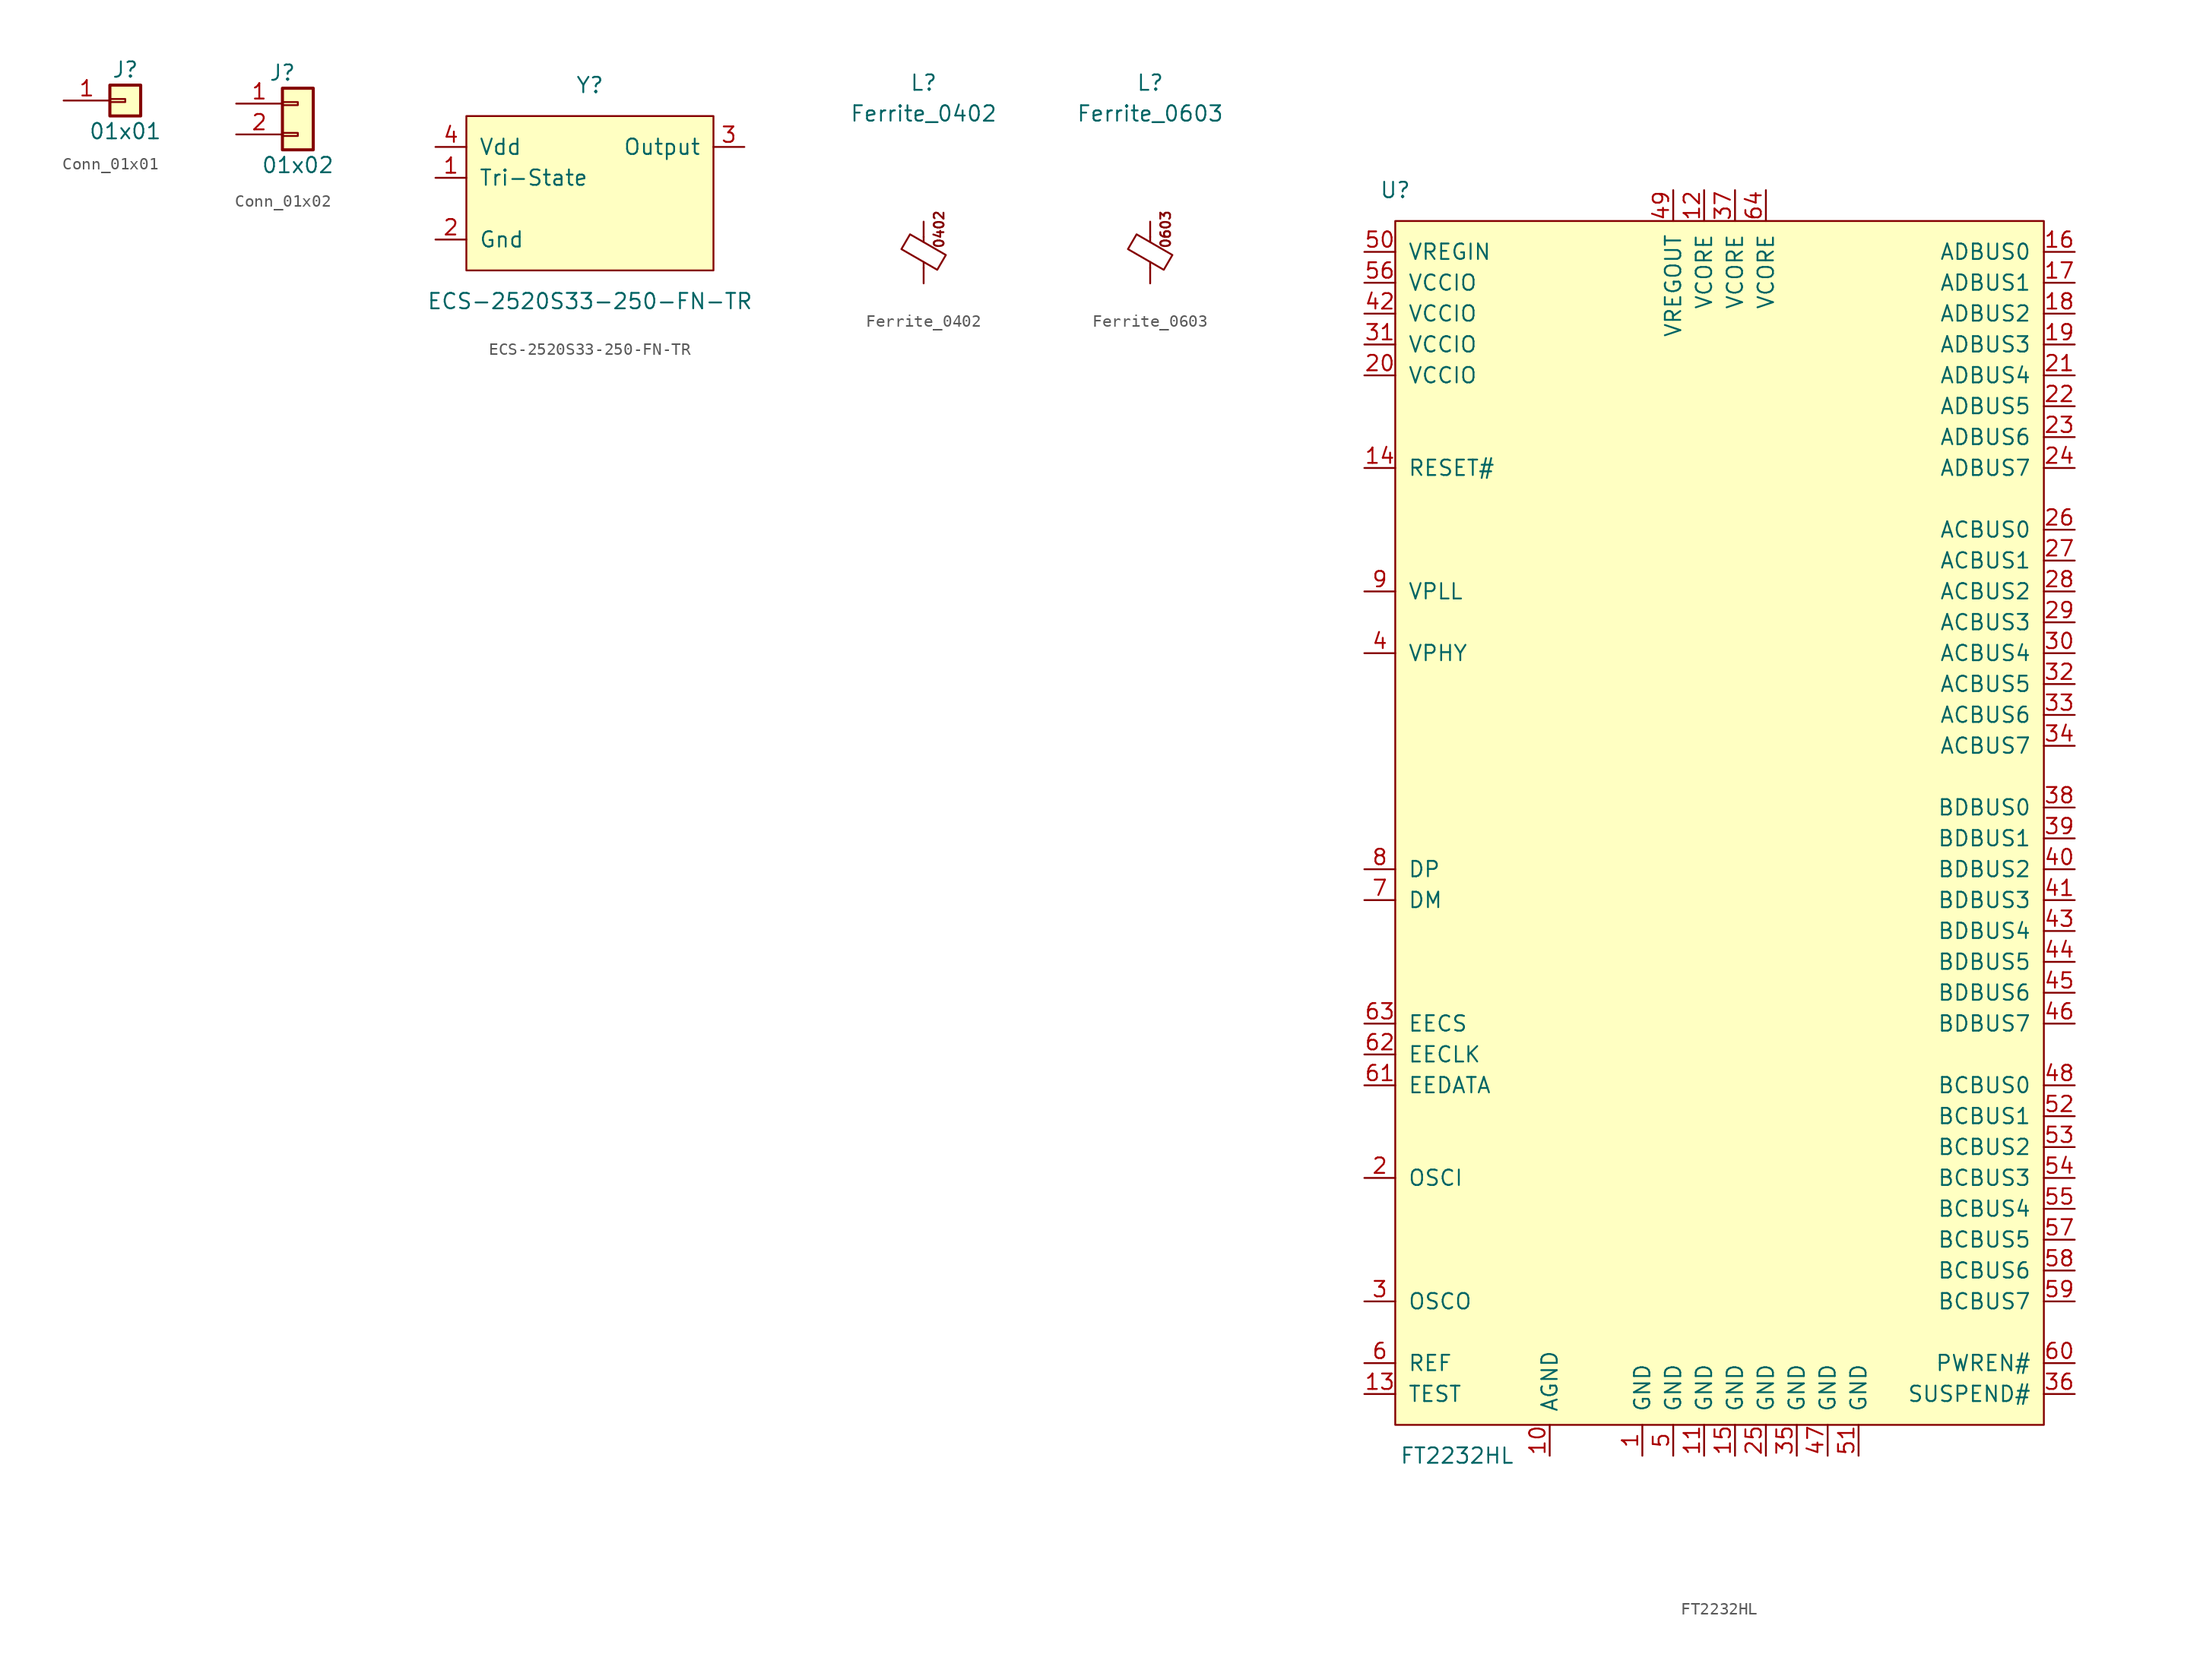
<source format=kicad_sym>
(kicad_symbol_lib
  (version 20220914)
  (generator kicad_symbol_editor)
  (symbol "Conn_01x01"
    (pin_names
      (offset 1.016) hide)
    (property "Reference" "J"
      (at 0 2.54 0)
      (effects (font (size 1.27 1.27))))
    (property "Value" "01x01"
      (at 0 -2.54 0)
      (effects (font (size 1.27 1.27))))
    (symbol "Conn_01x01_1_1"
      (rectangle (start -1.27 0.127) (end 0 -0.127) (stroke (width 0.152) (type default)) (fill (type none)))
      (rectangle (start -1.27 1.27) (end 1.27 -1.27) (stroke (width 0.254) (type default)) (fill (type background)))
      (pin passive line (at -5.08 0 0) (length 3.81) (name "Pin_1" (effects (font (size 1.27 1.27)))) (number "1" (effects (font (size 1.27 1.27)))))))
  (symbol "Conn_01x02"
    (pin_names
      (offset 1.016) hide)
    (property "Reference" "J"
      (at -1.27 2.54 0)
      (effects (font (size 1.27 1.27))))
    (property "Value" "01x02"
      (at 0 -5.08 0)
      (effects (font (size 1.27 1.27))))
    (symbol "Conn_01x02_1_1"
      (rectangle (start -1.27 -2.413) (end 0 -2.667) (stroke (width 0.152) (type default)) (fill (type none)))
      (rectangle (start -1.27 0.127) (end 0 -0.127) (stroke (width 0.152) (type default)) (fill (type none)))
      (rectangle (start -1.27 1.27) (end 1.27 -3.81) (stroke (width 0.254) (type default)) (fill (type background)))
      (pin passive line (at -5.08 0 0) (length 3.81) (name "Pin_1" (effects (font (size 1.27 1.27)))) (number "1" (effects (font (size 1.27 1.27)))))
      (pin passive line (at -5.08 -2.54 0) (length 3.81) (name "Pin_2" (effects (font (size 1.27 1.27)))) (number "2" (effects (font (size 1.27 1.27)))))))
  (symbol "ECS-2520S33-250-FN-TR"
    (pin_names
      (offset 1.016))
    (property "Reference" "Y"
      (at 0 7.62 0)
      (effects (font (size 1.27 1.27))))
    (property "Value" "ECS-2520S33-250-FN-TR"
      (at 0 -10.16 0)
      (effects (font (size 1.27 1.27))))
    (symbol "ECS-2520S33-250-FN-TR_0_1"
      (rectangle (start -10.16 5.08) (end 10.16 -7.62) (stroke (width 0) (type default)) (fill (type background))))
    (symbol "ECS-2520S33-250-FN-TR_1_1"
      (pin passive line (at -12.7 0 0) (length 2.54) (name "Tri-State" (effects (font (size 1.27 1.27)))) (number "1" (effects (font (size 1.27 1.27)))))
      (pin power_in line (at -12.7 -5.08 0) (length 2.54) (name "Gnd" (effects (font (size 1.27 1.27)))) (number "2" (effects (font (size 1.27 1.27)))))
      (pin output line (at 12.7 2.54 180) (length 2.54) (name "Output" (effects (font (size 1.27 1.27)))) (number "3" (effects (font (size 1.27 1.27)))))
      (pin power_in line (at -12.7 2.54 0) (length 2.54) (name "Vdd" (effects (font (size 1.27 1.27)))) (number "4" (effects (font (size 1.27 1.27)))))))
  (symbol "Ferrite_0402"
    (pin_numbers hide)
    (pin_names
      (offset 1.016) hide)
    (property "Reference" "L"
      (at 0 13.97 0)
      (effects (font (size 1.27 1.27))))
    (property "Value" "Ferrite_0402"
      (at 0 11.43 0)
      (effects (font (size 1.27 1.27))))
    (symbol "Ferrite_0402_1_1"
      (polyline (pts (xy 0 -1.27) (xy 0 -0.787)) (stroke (width 0) (type default)) (fill (type none)))
      (polyline (pts (xy 0 0.889) (xy 0 1.295)) (stroke (width 0) (type default)) (fill (type none)))
      (polyline (pts (xy -1.829 0.279) (xy -1.118 1.499) (xy 1.829 -0.203) (xy 1.118 -1.422) (xy -1.829 0.279)) (stroke (width 0) (type default)) (fill (type none)))
      (text "0402" (at 1.27 1.905 900) (effects (font (size 0.8 0.8))))
      (pin passive line (at 0 2.54 270) (length 1.27) (name "1" (effects (font (size 1.27 1.27)))) (number "1" (effects (font (size 1.27 1.27)))))
      (pin passive line (at 0 -2.54 90) (length 1.27) (name "2" (effects (font (size 1.27 1.27)))) (number "2" (effects (font (size 1.27 1.27)))))))
  (symbol "Ferrite_0603"
    (pin_numbers hide)
    (pin_names
      (offset 1.016) hide)
    (property "Reference" "L"
      (at 0 13.97 0)
      (effects (font (size 1.27 1.27))))
    (property "Value" "Ferrite_0603"
      (at 0 11.43 0)
      (effects (font (size 1.27 1.27))))
    (symbol "Ferrite_0603_1_1"
      (polyline (pts (xy 0 -1.27) (xy 0 -0.787)) (stroke (width 0) (type default)) (fill (type none)))
      (polyline (pts (xy 0 0.889) (xy 0 1.295)) (stroke (width 0) (type default)) (fill (type none)))
      (polyline (pts (xy -1.829 0.279) (xy -1.118 1.499) (xy 1.829 -0.203) (xy 1.118 -1.422) (xy -1.829 0.279)) (stroke (width 0) (type default)) (fill (type none)))
      (text "0603" (at 1.27 1.905 900) (effects (font (size 0.8 0.8))))
      (pin passive line (at 0 2.54 270) (length 1.27) (name "1" (effects (font (size 1.27 1.27)))) (number "1" (effects (font (size 1.27 1.27)))))
      (pin passive line (at 0 -2.54 90) (length 1.27) (name "2" (effects (font (size 1.27 1.27)))) (number "2" (effects (font (size 1.27 1.27)))))))
  (symbol "FT2232HL"
    (pin_names
      (offset 1.016))
    (property "Reference" "U"
      (at -12.7 66.04 0)
      (effects (font (size 1.27 1.27))))
    (property "Value" "FT2232HL"
      (at -7.62 -38.1 0)
      (effects (font (size 1.27 1.27))))
    (symbol "FT2232HL_0_1"
      (rectangle (start -12.7 63.5) (end 40.64 -35.56) (stroke (width 0) (type default)) (fill (type background))))
    (symbol "FT2232HL_1_1"
      (pin power_in line (at 7.62 -38.1 90) (length 2.54) (name "GND" (effects (font (size 1.27 1.27)))) (number "1" (effects (font (size 1.27 1.27)))))
      (pin power_in line (at 0 -38.1 90) (length 2.54) (name "AGND" (effects (font (size 1.27 1.27)))) (number "10" (effects (font (size 1.27 1.27)))))
      (pin power_in line (at 12.7 -38.1 90) (length 2.54) (name "GND" (effects (font (size 1.27 1.27)))) (number "11" (effects (font (size 1.27 1.27)))))
      (pin power_in line (at 12.7 66.04 270) (length 2.54) (name "VCORE" (effects (font (size 1.27 1.27)))) (number "12" (effects (font (size 1.27 1.27)))))
      (pin input line (at -15.24 -33.02 0) (length 2.54) (name "TEST" (effects (font (size 1.27 1.27)))) (number "13" (effects (font (size 1.27 1.27)))))
      (pin input line (at -15.24 43.18 0) (length 2.54) (name "RESET#" (effects (font (size 1.27 1.27)))) (number "14" (effects (font (size 1.27 1.27)))))
      (pin power_in line (at 15.24 -38.1 90) (length 2.54) (name "GND" (effects (font (size 1.27 1.27)))) (number "15" (effects (font (size 1.27 1.27)))))
      (pin passive line (at 43.18 60.96 180) (length 2.54) (name "ADBUS0" (effects (font (size 1.27 1.27)))) (number "16" (effects (font (size 1.27 1.27)))))
      (pin passive line (at 43.18 58.42 180) (length 2.54) (name "ADBUS1" (effects (font (size 1.27 1.27)))) (number "17" (effects (font (size 1.27 1.27)))))
      (pin passive line (at 43.18 55.88 180) (length 2.54) (name "ADBUS2" (effects (font (size 1.27 1.27)))) (number "18" (effects (font (size 1.27 1.27)))))
      (pin passive line (at 43.18 53.34 180) (length 2.54) (name "ADBUS3" (effects (font (size 1.27 1.27)))) (number "19" (effects (font (size 1.27 1.27)))))
      (pin input line (at -15.24 -15.24 0) (length 2.54) (name "OSCI" (effects (font (size 1.27 1.27)))) (number "2" (effects (font (size 1.27 1.27)))))
      (pin power_in line (at -15.24 50.8 0) (length 2.54) (name "VCCIO" (effects (font (size 1.27 1.27)))) (number "20" (effects (font (size 1.27 1.27)))))
      (pin passive line (at 43.18 50.8 180) (length 2.54) (name "ADBUS4" (effects (font (size 1.27 1.27)))) (number "21" (effects (font (size 1.27 1.27)))))
      (pin passive line (at 43.18 48.26 180) (length 2.54) (name "ADBUS5" (effects (font (size 1.27 1.27)))) (number "22" (effects (font (size 1.27 1.27)))))
      (pin passive line (at 43.18 45.72 180) (length 2.54) (name "ADBUS6" (effects (font (size 1.27 1.27)))) (number "23" (effects (font (size 1.27 1.27)))))
      (pin passive line (at 43.18 43.18 180) (length 2.54) (name "ADBUS7" (effects (font (size 1.27 1.27)))) (number "24" (effects (font (size 1.27 1.27)))))
      (pin power_in line (at 17.78 -38.1 90) (length 2.54) (name "GND" (effects (font (size 1.27 1.27)))) (number "25" (effects (font (size 1.27 1.27)))))
      (pin passive line (at 43.18 38.1 180) (length 2.54) (name "ACBUS0" (effects (font (size 1.27 1.27)))) (number "26" (effects (font (size 1.27 1.27)))))
      (pin passive line (at 43.18 35.56 180) (length 2.54) (name "ACBUS1" (effects (font (size 1.27 1.27)))) (number "27" (effects (font (size 1.27 1.27)))))
      (pin passive line (at 43.18 33.02 180) (length 2.54) (name "ACBUS2" (effects (font (size 1.27 1.27)))) (number "28" (effects (font (size 1.27 1.27)))))
      (pin passive line (at 43.18 30.48 180) (length 2.54) (name "ACBUS3" (effects (font (size 1.27 1.27)))) (number "29" (effects (font (size 1.27 1.27)))))
      (pin output line (at -15.24 -25.4 0) (length 2.54) (name "OSCO" (effects (font (size 1.27 1.27)))) (number "3" (effects (font (size 1.27 1.27)))))
      (pin passive line (at 43.18 27.94 180) (length 2.54) (name "ACBUS4" (effects (font (size 1.27 1.27)))) (number "30" (effects (font (size 1.27 1.27)))))
      (pin power_in line (at -15.24 53.34 0) (length 2.54) (name "VCCIO" (effects (font (size 1.27 1.27)))) (number "31" (effects (font (size 1.27 1.27)))))
      (pin passive line (at 43.18 25.4 180) (length 2.54) (name "ACBUS5" (effects (font (size 1.27 1.27)))) (number "32" (effects (font (size 1.27 1.27)))))
      (pin passive line (at 43.18 22.86 180) (length 2.54) (name "ACBUS6" (effects (font (size 1.27 1.27)))) (number "33" (effects (font (size 1.27 1.27)))))
      (pin passive line (at 43.18 20.32 180) (length 2.54) (name "ACBUS7" (effects (font (size 1.27 1.27)))) (number "34" (effects (font (size 1.27 1.27)))))
      (pin power_in line (at 20.32 -38.1 90) (length 2.54) (name "GND" (effects (font (size 1.27 1.27)))) (number "35" (effects (font (size 1.27 1.27)))))
      (pin output line (at 43.18 -33.02 180) (length 2.54) (name "SUSPEND#" (effects (font (size 1.27 1.27)))) (number "36" (effects (font (size 1.27 1.27)))))
      (pin power_in line (at 15.24 66.04 270) (length 2.54) (name "VCORE" (effects (font (size 1.27 1.27)))) (number "37" (effects (font (size 1.27 1.27)))))
      (pin passive line (at 43.18 15.24 180) (length 2.54) (name "BDBUS0" (effects (font (size 1.27 1.27)))) (number "38" (effects (font (size 1.27 1.27)))))
      (pin passive line (at 43.18 12.7 180) (length 2.54) (name "BDBUS1" (effects (font (size 1.27 1.27)))) (number "39" (effects (font (size 1.27 1.27)))))
      (pin passive line (at -15.24 27.94 0) (length 2.54) (name "VPHY" (effects (font (size 1.27 1.27)))) (number "4" (effects (font (size 1.27 1.27)))))
      (pin passive line (at 43.18 10.16 180) (length 2.54) (name "BDBUS2" (effects (font (size 1.27 1.27)))) (number "40" (effects (font (size 1.27 1.27)))))
      (pin passive line (at 43.18 7.62 180) (length 2.54) (name "BDBUS3" (effects (font (size 1.27 1.27)))) (number "41" (effects (font (size 1.27 1.27)))))
      (pin power_in line (at -15.24 55.88 0) (length 2.54) (name "VCCIO" (effects (font (size 1.27 1.27)))) (number "42" (effects (font (size 1.27 1.27)))))
      (pin passive line (at 43.18 5.08 180) (length 2.54) (name "BDBUS4" (effects (font (size 1.27 1.27)))) (number "43" (effects (font (size 1.27 1.27)))))
      (pin passive line (at 43.18 2.54 180) (length 2.54) (name "BDBUS5" (effects (font (size 1.27 1.27)))) (number "44" (effects (font (size 1.27 1.27)))))
      (pin passive line (at 43.18 0 180) (length 2.54) (name "BDBUS6" (effects (font (size 1.27 1.27)))) (number "45" (effects (font (size 1.27 1.27)))))
      (pin passive line (at 43.18 -2.54 180) (length 2.54) (name "BDBUS7" (effects (font (size 1.27 1.27)))) (number "46" (effects (font (size 1.27 1.27)))))
      (pin power_in line (at 22.86 -38.1 90) (length 2.54) (name "GND" (effects (font (size 1.27 1.27)))) (number "47" (effects (font (size 1.27 1.27)))))
      (pin passive line (at 43.18 -7.62 180) (length 2.54) (name "BCBUS0" (effects (font (size 1.27 1.27)))) (number "48" (effects (font (size 1.27 1.27)))))
      (pin power_out line (at 10.16 66.04 270) (length 2.54) (name "VREGOUT" (effects (font (size 1.27 1.27)))) (number "49" (effects (font (size 1.27 1.27)))))
      (pin power_in line (at 10.16 -38.1 90) (length 2.54) (name "GND" (effects (font (size 1.27 1.27)))) (number "5" (effects (font (size 1.27 1.27)))))
      (pin power_in line (at -15.24 60.96 0) (length 2.54) (name "VREGIN" (effects (font (size 1.27 1.27)))) (number "50" (effects (font (size 1.27 1.27)))))
      (pin power_in line (at 25.4 -38.1 90) (length 2.54) (name "GND" (effects (font (size 1.27 1.27)))) (number "51" (effects (font (size 1.27 1.27)))))
      (pin passive line (at 43.18 -10.16 180) (length 2.54) (name "BCBUS1" (effects (font (size 1.27 1.27)))) (number "52" (effects (font (size 1.27 1.27)))))
      (pin passive line (at 43.18 -12.7 180) (length 2.54) (name "BCBUS2" (effects (font (size 1.27 1.27)))) (number "53" (effects (font (size 1.27 1.27)))))
      (pin passive line (at 43.18 -15.24 180) (length 2.54) (name "BCBUS3" (effects (font (size 1.27 1.27)))) (number "54" (effects (font (size 1.27 1.27)))))
      (pin passive line (at 43.18 -17.78 180) (length 2.54) (name "BCBUS4" (effects (font (size 1.27 1.27)))) (number "55" (effects (font (size 1.27 1.27)))))
      (pin power_in line (at -15.24 58.42 0) (length 2.54) (name "VCCIO" (effects (font (size 1.27 1.27)))) (number "56" (effects (font (size 1.27 1.27)))))
      (pin passive line (at 43.18 -20.32 180) (length 2.54) (name "BCBUS5" (effects (font (size 1.27 1.27)))) (number "57" (effects (font (size 1.27 1.27)))))
      (pin passive line (at 43.18 -22.86 180) (length 2.54) (name "BCBUS6" (effects (font (size 1.27 1.27)))) (number "58" (effects (font (size 1.27 1.27)))))
      (pin passive line (at 43.18 -25.4 180) (length 2.54) (name "BCBUS7" (effects (font (size 1.27 1.27)))) (number "59" (effects (font (size 1.27 1.27)))))
      (pin input line (at -15.24 -30.48 0) (length 2.54) (name "REF" (effects (font (size 1.27 1.27)))) (number "6" (effects (font (size 1.27 1.27)))))
      (pin output line (at 43.18 -30.48 180) (length 2.54) (name "PWREN#" (effects (font (size 1.27 1.27)))) (number "60" (effects (font (size 1.27 1.27)))))
      (pin bidirectional line (at -15.24 -7.62 0) (length 2.54) (name "EEDATA" (effects (font (size 1.27 1.27)))) (number "61" (effects (font (size 1.27 1.27)))))
      (pin output line (at -15.24 -5.08 0) (length 2.54) (name "EECLK" (effects (font (size 1.27 1.27)))) (number "62" (effects (font (size 1.27 1.27)))))
      (pin bidirectional line (at -15.24 -2.54 0) (length 2.54) (name "EECS" (effects (font (size 1.27 1.27)))) (number "63" (effects (font (size 1.27 1.27)))))
      (pin power_in line (at 17.78 66.04 270) (length 2.54) (name "VCORE" (effects (font (size 1.27 1.27)))) (number "64" (effects (font (size 1.27 1.27)))))
      (pin bidirectional line (at -15.24 7.62 0) (length 2.54) (name "DM" (effects (font (size 1.27 1.27)))) (number "7" (effects (font (size 1.27 1.27)))))
      (pin bidirectional line (at -15.24 10.16 0) (length 2.54) (name "DP" (effects (font (size 1.27 1.27)))) (number "8" (effects (font (size 1.27 1.27)))))
      (pin passive line (at -15.24 33.02 0) (length 2.54) (name "VPLL" (effects (font (size 1.27 1.27)))) (number "9" (effects (font (size 1.27 1.27))))))))
</source>
